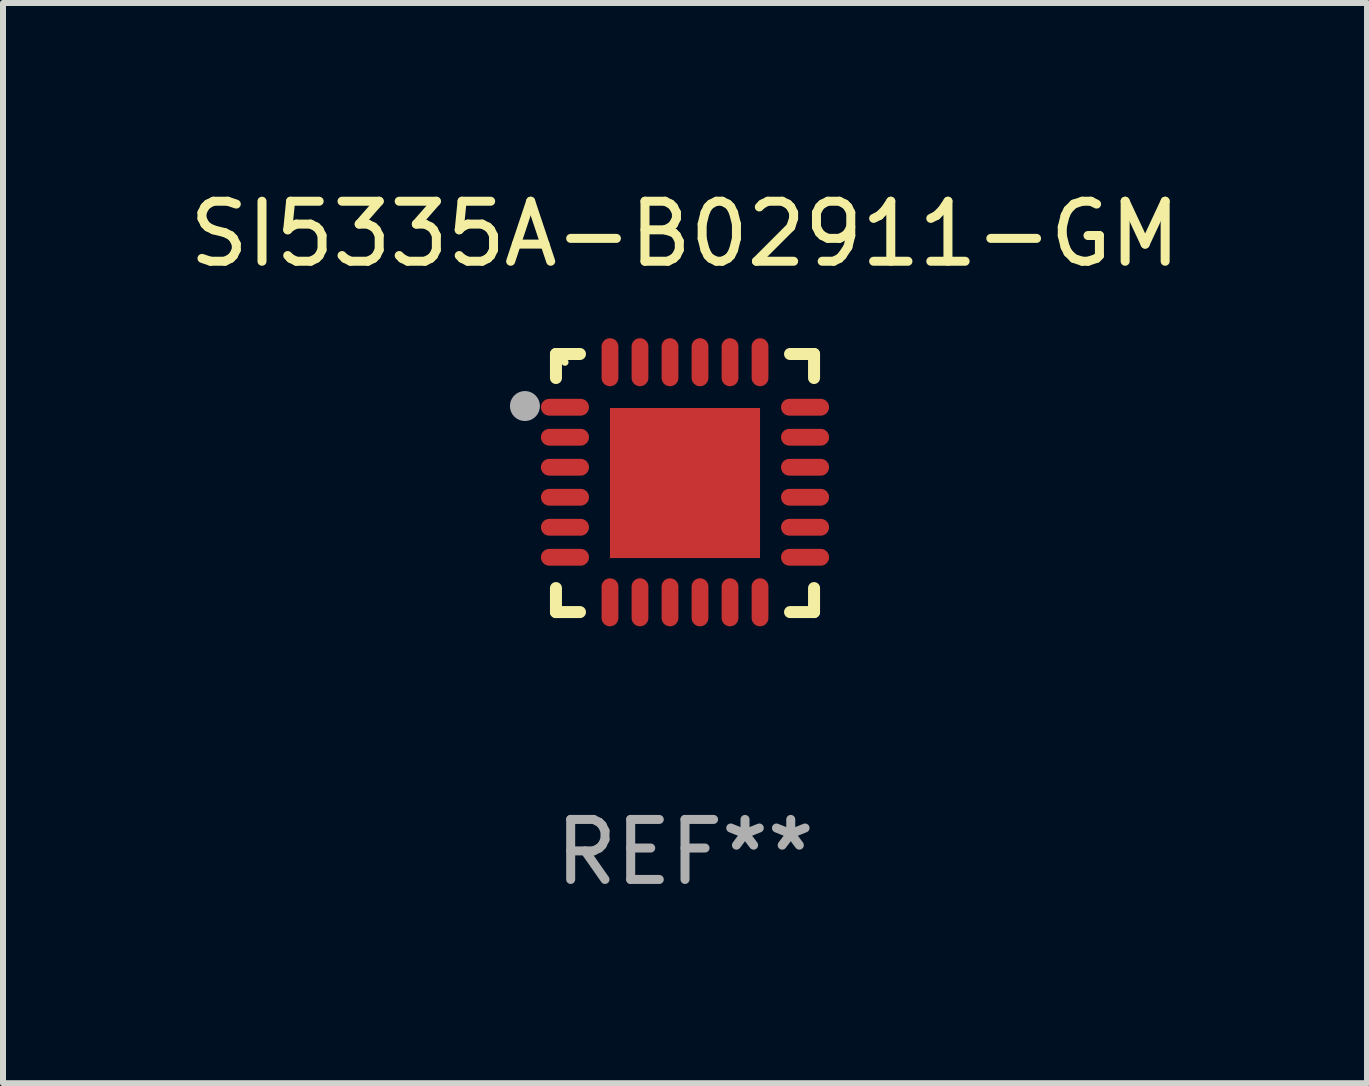
<source format=kicad_pcb>
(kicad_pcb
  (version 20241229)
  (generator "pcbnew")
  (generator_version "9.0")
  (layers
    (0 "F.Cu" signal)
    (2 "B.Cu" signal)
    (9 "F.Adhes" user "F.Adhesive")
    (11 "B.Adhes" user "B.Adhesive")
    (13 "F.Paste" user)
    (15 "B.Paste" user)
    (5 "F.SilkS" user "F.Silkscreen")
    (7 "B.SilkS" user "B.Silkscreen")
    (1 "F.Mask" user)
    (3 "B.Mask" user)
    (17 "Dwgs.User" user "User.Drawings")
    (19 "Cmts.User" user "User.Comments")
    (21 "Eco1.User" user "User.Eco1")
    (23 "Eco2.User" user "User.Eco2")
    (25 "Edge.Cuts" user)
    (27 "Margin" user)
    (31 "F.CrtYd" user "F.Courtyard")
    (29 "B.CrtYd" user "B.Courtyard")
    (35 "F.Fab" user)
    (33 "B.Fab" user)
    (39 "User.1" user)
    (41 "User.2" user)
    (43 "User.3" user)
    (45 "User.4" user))
  (footprint "SI5335A-B02911-GM"
    (layer "F.Cu")
    (at 8.363 4.998)
    (property "Reference" "SI5335A-B02911-GM" (at 0 -4.15 0) (layer "F.SilkS") (effects (font (size 1 1) (thickness 0.15))))
    (attr through_hole)
    (fp_line (start -2.15 -2.15) (end -1.75 -2.15) (stroke (width 0.2) (type solid)) (layer "F.SilkS"))
    (fp_line (start -2.15 -1.75) (end -2.15 -2.15) (stroke (width 0.2) (type solid)) (layer "F.SilkS"))
    (fp_line (start -2.15 2.15) (end -2.15 1.75) (stroke (width 0.2) (type solid)) (layer "F.SilkS"))
    (fp_line (start -1.75 2.15) (end -2.15 2.15) (stroke (width 0.2) (type solid)) (layer "F.SilkS"))
    (fp_line (start 1.75 -2.15) (end 2.15 -2.15) (stroke (width 0.2) (type solid)) (layer "F.SilkS"))
    (fp_line (start 1.75 2.15) (end 2.15 2.15) (stroke (width 0.2) (type solid)) (layer "F.SilkS"))
    (fp_line (start 2.15 -2.15) (end 2.15 -1.75) (stroke (width 0.2) (type solid)) (layer "F.SilkS"))
    (fp_line (start 2.15 2.15) (end 2.15 1.75) (stroke (width 0.2) (type solid)) (layer "F.SilkS"))
    (fp_circle (center -2 -2.013) (end -1.97 -2.013) (stroke (width 0.06) (type solid)) (fill no) (layer "F.SilkS"))
    (fp_circle (center -2.667 -1.283) (end -2.542 -1.283) (stroke (width 0.25) (type solid)) (fill no) (layer "F.Fab"))
    (fp_text user "REF**" (at 0 6.15 0) (layer "F.Fab") (effects (font (size 1 1) (thickness 0.15))))
    (pad "1" smd oval (at -2 -1.263) (size 0.8 0.28) (layers "F.Cu" "F.Mask" "F.Paste"))
    (pad "2" smd oval (at -2 -0.763) (size 0.8 0.28) (layers "F.Cu" "F.Mask" "F.Paste"))
    (pad "3" smd oval (at -2 -0.263) (size 0.8 0.28) (layers "F.Cu" "F.Mask" "F.Paste"))
    (pad "4" smd oval (at -2 0.237) (size 0.8 0.28) (layers "F.Cu" "F.Mask" "F.Paste"))
    (pad "5" smd oval (at -2 0.737) (size 0.8 0.28) (layers "F.Cu" "F.Mask" "F.Paste"))
    (pad "6" smd oval (at -2 1.237) (size 0.8 0.28) (layers "F.Cu" "F.Mask" "F.Paste"))
    (pad "7" smd oval (at -1.25 1.987) (size 0.28 0.8) (layers "F.Cu" "F.Mask" "F.Paste"))
    (pad "8" smd oval (at -0.75 1.987) (size 0.28 0.8) (layers "F.Cu" "F.Mask" "F.Paste"))
    (pad "9" smd oval (at -0.25 1.987) (size 0.28 0.8) (layers "F.Cu" "F.Mask" "F.Paste"))
    (pad "10" smd oval (at 0.25 1.987) (size 0.28 0.8) (layers "F.Cu" "F.Mask" "F.Paste"))
    (pad "11" smd oval (at 0.75 1.987) (size 0.28 0.8) (layers "F.Cu" "F.Mask" "F.Paste"))
    (pad "12" smd oval (at 1.25 1.987) (size 0.28 0.8) (layers "F.Cu" "F.Mask" "F.Paste"))
    (pad "13" smd oval (at 2 1.237) (size 0.8 0.28) (layers "F.Cu" "F.Mask" "F.Paste"))
    (pad "14" smd oval (at 2 0.737) (size 0.8 0.28) (layers "F.Cu" "F.Mask" "F.Paste"))
    (pad "15" smd oval (at 2 0.237) (size 0.8 0.28) (layers "F.Cu" "F.Mask" "F.Paste"))
    (pad "16" smd oval (at 2 -0.263) (size 0.8 0.28) (layers "F.Cu" "F.Mask" "F.Paste"))
    (pad "17" smd oval (at 2 -0.763) (size 0.8 0.28) (layers "F.Cu" "F.Mask" "F.Paste"))
    (pad "18" smd oval (at 2 -1.263) (size 0.8 0.28) (layers "F.Cu" "F.Mask" "F.Paste"))
    (pad "19" smd oval (at 1.25 -2.013) (size 0.28 0.8) (layers "F.Cu" "F.Mask" "F.Paste"))
    (pad "20" smd oval (at 0.75 -2.013) (size 0.28 0.8) (layers "F.Cu" "F.Mask" "F.Paste"))
    (pad "21" smd oval (at 0.25 -2.013) (size 0.28 0.8) (layers "F.Cu" "F.Mask" "F.Paste"))
    (pad "22" smd oval (at -0.25 -2.013) (size 0.28 0.8) (layers "F.Cu" "F.Mask" "F.Paste"))
    (pad "23" smd oval (at -0.75 -2.013) (size 0.28 0.8) (layers "F.Cu" "F.Mask" "F.Paste"))
    (pad "24" smd oval (at -1.25 -2.013) (size 0.28 0.8) (layers "F.Cu" "F.Mask" "F.Paste"))
    (pad "25" smd rect (at -0.000127 -0.00014) (size 2.5 2.5) (layers "F.Cu" "F.Mask" "F.Paste")))
  (gr_rect
    (start -3 -3)
    (end 19.726 14.997)
    (stroke (width 0.1) (type default))
    (fill no)
    (layer "Edge.Cuts")))
</source>
